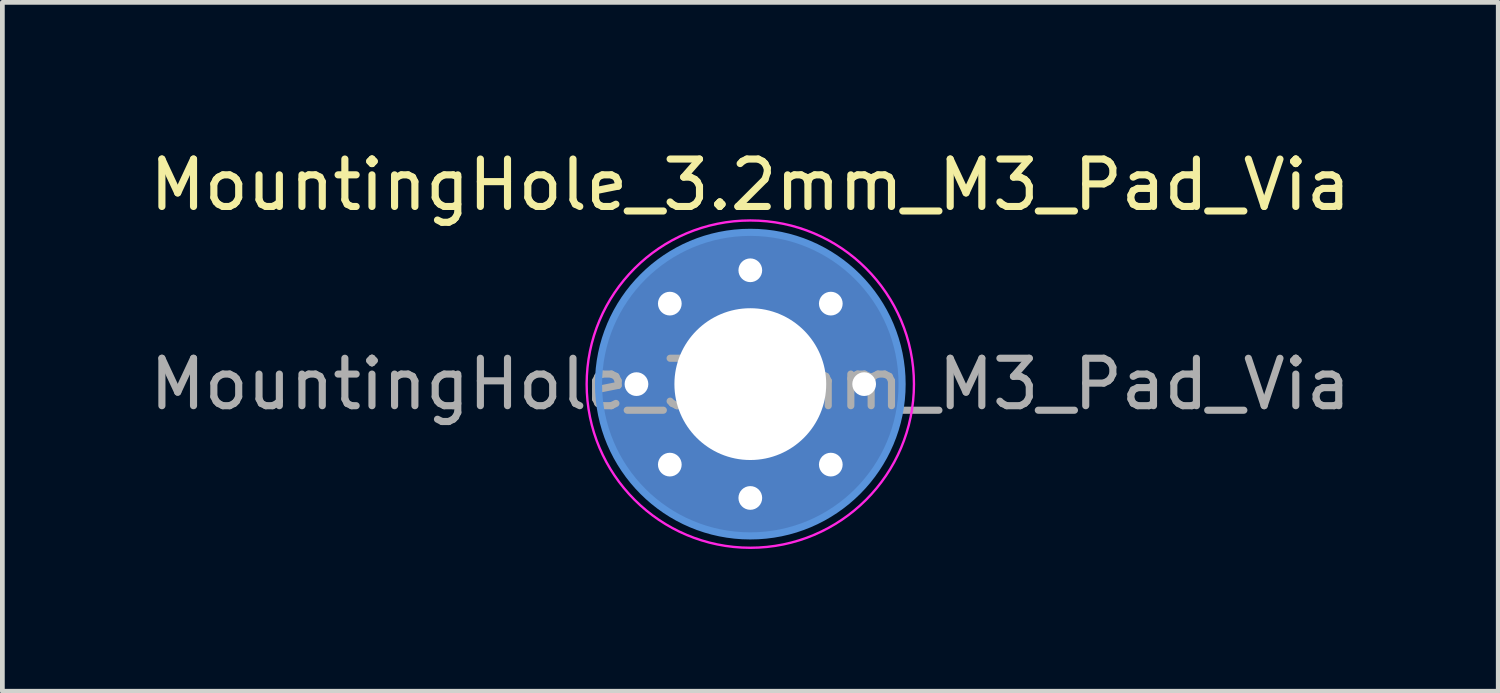
<source format=kicad_pcb>
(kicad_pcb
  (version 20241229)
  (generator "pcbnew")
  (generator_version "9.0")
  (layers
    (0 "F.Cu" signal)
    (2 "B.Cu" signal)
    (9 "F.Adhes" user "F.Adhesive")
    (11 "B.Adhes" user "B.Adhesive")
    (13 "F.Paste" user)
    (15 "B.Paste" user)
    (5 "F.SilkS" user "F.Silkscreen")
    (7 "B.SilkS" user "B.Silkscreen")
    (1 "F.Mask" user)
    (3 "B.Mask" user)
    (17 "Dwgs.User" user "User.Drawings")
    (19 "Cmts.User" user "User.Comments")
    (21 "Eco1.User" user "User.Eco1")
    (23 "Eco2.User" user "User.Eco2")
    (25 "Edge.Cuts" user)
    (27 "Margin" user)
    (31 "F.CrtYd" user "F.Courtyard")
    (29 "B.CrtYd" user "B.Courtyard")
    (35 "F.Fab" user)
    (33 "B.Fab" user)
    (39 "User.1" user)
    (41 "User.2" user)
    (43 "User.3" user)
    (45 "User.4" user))
  (footprint "MountingHole_3.2mm_M3_Pad_Via"
    (layer "F.Cu")
    (at 12.768 5.048)
    (property "Reference" "MountingHole_3.2mm_M3_Pad_Via" (at 0 -4.2 0) (layer "F.SilkS") (effects (font (size 1 1) (thickness 0.15))))
    (attr exclude_from_pos_files exclude_from_bom)
    (fp_circle (center 0 0) (end 3.2 0) (stroke (width 0.15) (type solid)) (fill no) (layer "Cmts.User"))
    (fp_circle (center 0 0) (end 3.45 0) (stroke (width 0.05) (type solid)) (fill no) (layer "F.CrtYd"))
    (fp_text user "${REFERENCE}" (at 0 0 0) (layer "F.Fab") (effects (font (size 1 1) (thickness 0.15))))
    (pad "1" thru_hole circle (at -2.4 0) (size 0.9 0.9) (drill 0.5) (layers "*.Cu" "*.Mask"))
    (pad "1" thru_hole circle (at -1.697 -1.697) (size 0.9 0.9) (drill 0.5) (layers "*.Cu" "*.Mask"))
    (pad "1" thru_hole circle (at -1.697 1.697) (size 0.9 0.9) (drill 0.5) (layers "*.Cu" "*.Mask"))
    (pad "1" thru_hole circle (at 0 -2.4) (size 0.9 0.9) (drill 0.5) (layers "*.Cu" "*.Mask"))
    (pad "1" thru_hole circle (at 0 0) (size 6.4 6.4) (drill 3.2) (layers "*.Cu" "*.Mask"))
    (pad "1" thru_hole circle (at 0 2.4) (size 0.9 0.9) (drill 0.5) (layers "*.Cu" "*.Mask"))
    (pad "1" thru_hole circle (at 1.697 -1.697) (size 0.9 0.9) (drill 0.5) (layers "*.Cu" "*.Mask"))
    (pad "1" thru_hole circle (at 1.697 1.697) (size 0.9 0.9) (drill 0.5) (layers "*.Cu" "*.Mask"))
    (pad "1" thru_hole circle (at 2.4 0) (size 0.9 0.9) (drill 0.5) (layers "*.Cu" "*.Mask")))
  (gr_rect
    (start -3 -3)
    (end 28.536 11.523)
    (stroke (width 0.1) (type default))
    (fill no)
    (layer "Edge.Cuts")))
</source>
